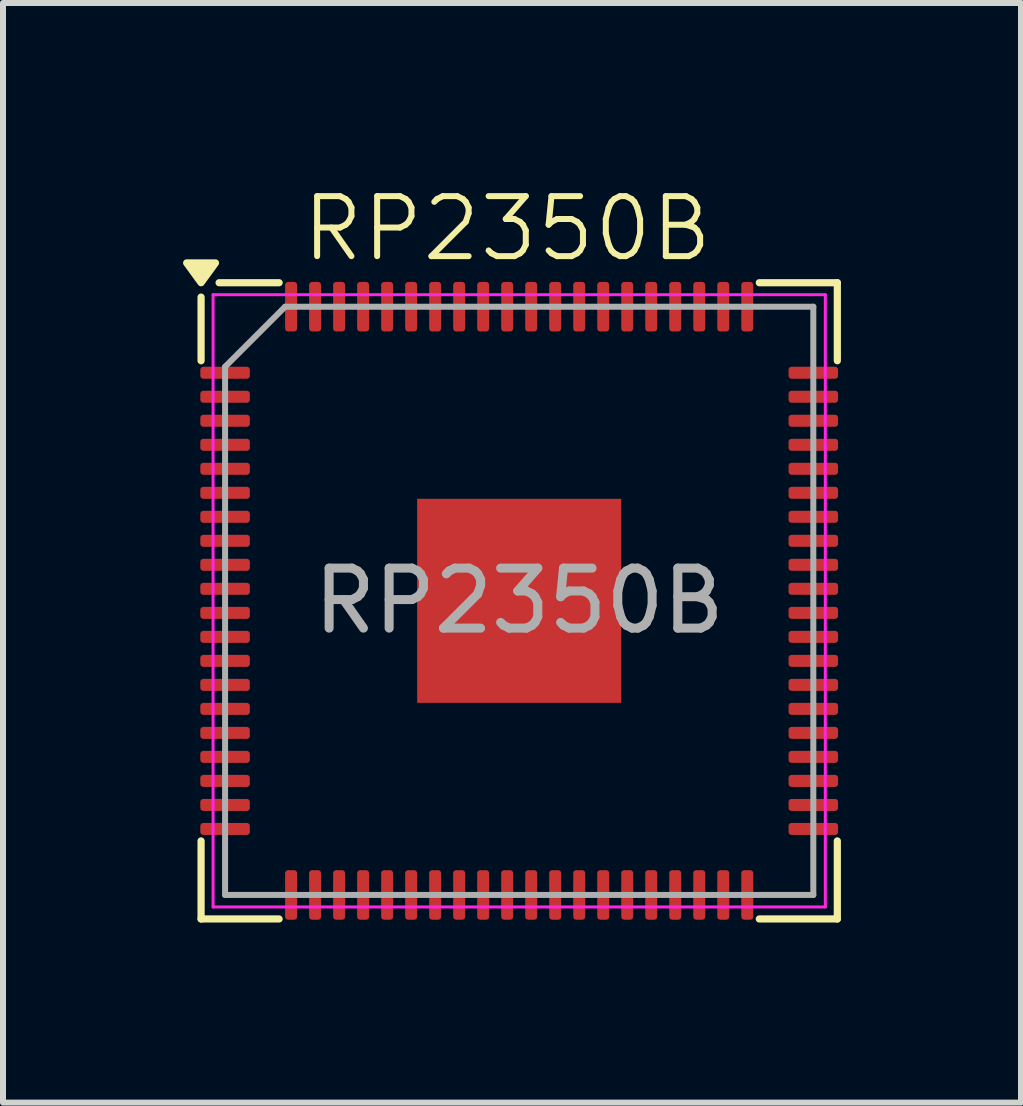
<source format=kicad_pcb>
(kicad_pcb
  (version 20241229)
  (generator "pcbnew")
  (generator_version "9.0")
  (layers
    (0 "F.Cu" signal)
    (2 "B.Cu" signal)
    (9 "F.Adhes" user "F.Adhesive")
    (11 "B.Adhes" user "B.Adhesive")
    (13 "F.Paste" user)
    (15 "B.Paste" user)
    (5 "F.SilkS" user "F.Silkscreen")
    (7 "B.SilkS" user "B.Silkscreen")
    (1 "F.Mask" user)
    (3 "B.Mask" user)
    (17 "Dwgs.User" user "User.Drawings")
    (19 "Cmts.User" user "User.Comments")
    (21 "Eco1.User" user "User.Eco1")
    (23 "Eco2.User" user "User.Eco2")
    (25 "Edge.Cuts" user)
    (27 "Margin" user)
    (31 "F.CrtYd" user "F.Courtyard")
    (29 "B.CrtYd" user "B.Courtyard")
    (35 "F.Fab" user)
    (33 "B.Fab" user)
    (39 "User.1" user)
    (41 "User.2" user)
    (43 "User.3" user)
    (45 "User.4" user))
  (footprint "RP2350B"
    (layer "F.Cu")
    (at 5.6 6.96)
    (property "Reference" "RP2350B" (at -0.2 -6.2 0) (unlocked yes) (layer "F.SilkS") (effects (font (size 1 1) (thickness 0.1))))
    (attr smd)
    (fp_line (start -5.3 -4) (end -5.3 -5.06) (stroke (width 0.12) (type solid)) (layer "F.SilkS"))
    (fp_line (start -5.3 5.3) (end -5.3 4) (stroke (width 0.12) (type solid)) (layer "F.SilkS"))
    (fp_line (start -4 -5.3) (end -5 -5.3) (stroke (width 0.12) (type solid)) (layer "F.SilkS"))
    (fp_line (start -4 5.3) (end -5.3 5.3) (stroke (width 0.12) (type solid)) (layer "F.SilkS"))
    (fp_line (start 4 -5.3) (end 5.3 -5.3) (stroke (width 0.12) (type solid)) (layer "F.SilkS"))
    (fp_line (start 4 5.3) (end 5.3 5.3) (stroke (width 0.12) (type solid)) (layer "F.SilkS"))
    (fp_line (start 5.3 -5.3) (end 5.3 -4) (stroke (width 0.12) (type solid)) (layer "F.SilkS"))
    (fp_line (start 5.3 5.3) (end 5.3 4) (stroke (width 0.12) (type solid)) (layer "F.SilkS"))
    (fp_poly (pts (xy -5.3 -5.3) (xy -5.54 -5.63) (xy -5.06 -5.63) (xy -5.3 -5.3)) (stroke (width 0.12) (type solid)) (fill yes) (layer "F.SilkS"))
    (fp_line (start -5.1 -5.1) (end -5.1 5.1) (stroke (width 0.05) (type solid)) (layer "F.CrtYd"))
    (fp_line (start -5.1 5.1) (end 5.1 5.1) (stroke (width 0.05) (type solid)) (layer "F.CrtYd"))
    (fp_line (start 5.1 -5.1) (end -5.1 -5.1) (stroke (width 0.05) (type solid)) (layer "F.CrtYd"))
    (fp_line (start 5.1 5.1) (end 5.1 -5.1) (stroke (width 0.05) (type solid)) (layer "F.CrtYd"))
    (fp_line (start -4.9 -3.9) (end -3.9 -4.9) (stroke (width 0.1) (type solid)) (layer "F.Fab"))
    (fp_line (start -4.9 4.9) (end -4.9 -3.9) (stroke (width 0.1) (type solid)) (layer "F.Fab"))
    (fp_line (start -3.9 -4.9) (end 4.9 -4.9) (stroke (width 0.1) (type solid)) (layer "F.Fab"))
    (fp_line (start 4.9 -4.9) (end 4.9 4.9) (stroke (width 0.1) (type solid)) (layer "F.Fab"))
    (fp_line (start 4.9 4.9) (end -4.9 4.9) (stroke (width 0.1) (type solid)) (layer "F.Fab"))
    (fp_text user "${REFERENCE}" (at 0 0 0) (layer "F.Fab") (effects (font (size 1 1) (thickness 0.15))))
    (pad "" smd roundrect (at -1.2 -1.2) (size 1.02 1.02) (layers "F.Paste") (roundrect_rratio 0.245))
    (pad "" smd roundrect (at -1.2 0) (size 0.91 0.91) (layers "F.Paste") (roundrect_rratio 0.245))
    (pad "" smd roundrect (at -1.2 1.2) (size 1.02 1.02) (layers "F.Paste") (roundrect_rratio 0.245))
    (pad "" smd roundrect (at 0 -1.2) (size 0.91 0.91) (layers "F.Paste") (roundrect_rratio 0.245))
    (pad "" smd roundrect (at 0 0) (size 0.91 0.91) (layers "F.Paste") (roundrect_rratio 0.245))
    (pad "" smd roundrect (at 0 1.2) (size 0.91 0.91) (layers "F.Paste") (roundrect_rratio 0.245))
    (pad "" smd roundrect (at 1.2 -1.2) (size 1.02 1.02) (layers "F.Paste") (roundrect_rratio 0.245))
    (pad "" smd roundrect (at 1.2 0) (size 0.91 0.91) (layers "F.Paste") (roundrect_rratio 0.245))
    (pad "" smd roundrect (at 1.2 1.2) (size 1.02 1.02) (layers "F.Paste") (roundrect_rratio 0.245))
    (pad "1" smd roundrect (at -4.9 -3.8) (size 0.825 0.2) (layers "F.Cu" "F.Mask" "F.Paste") (roundrect_rratio 0.25))
    (pad "2" smd roundrect (at -4.9 -3.4) (size 0.825 0.2) (layers "F.Cu" "F.Mask" "F.Paste") (roundrect_rratio 0.25))
    (pad "3" smd roundrect (at -4.9 -3) (size 0.825 0.2) (layers "F.Cu" "F.Mask" "F.Paste") (roundrect_rratio 0.25))
    (pad "4" smd roundrect (at -4.9 -2.6) (size 0.825 0.2) (layers "F.Cu" "F.Mask" "F.Paste") (roundrect_rratio 0.25))
    (pad "5" smd roundrect (at -4.9 -2.2) (size 0.825 0.2) (layers "F.Cu" "F.Mask" "F.Paste") (roundrect_rratio 0.25))
    (pad "6" smd roundrect (at -4.9 -1.8) (size 0.825 0.2) (layers "F.Cu" "F.Mask" "F.Paste") (roundrect_rratio 0.25))
    (pad "7" smd roundrect (at -4.9 -1.4) (size 0.825 0.2) (layers "F.Cu" "F.Mask" "F.Paste") (roundrect_rratio 0.25))
    (pad "8" smd roundrect (at -4.9 -1) (size 0.825 0.2) (layers "F.Cu" "F.Mask" "F.Paste") (roundrect_rratio 0.25))
    (pad "9" smd roundrect (at -4.9 -0.6) (size 0.825 0.2) (layers "F.Cu" "F.Mask" "F.Paste") (roundrect_rratio 0.25))
    (pad "10" smd roundrect (at -4.9 -0.2) (size 0.825 0.2) (layers "F.Cu" "F.Mask" "F.Paste") (roundrect_rratio 0.25))
    (pad "11" smd roundrect (at -4.9 0.2) (size 0.825 0.2) (layers "F.Cu" "F.Mask" "F.Paste") (roundrect_rratio 0.25))
    (pad "12" smd roundrect (at -4.9 0.6) (size 0.825 0.2) (layers "F.Cu" "F.Mask" "F.Paste") (roundrect_rratio 0.25))
    (pad "13" smd roundrect (at -4.9 1) (size 0.825 0.2) (layers "F.Cu" "F.Mask" "F.Paste") (roundrect_rratio 0.25))
    (pad "14" smd roundrect (at -4.9 1.4) (size 0.825 0.2) (layers "F.Cu" "F.Mask" "F.Paste") (roundrect_rratio 0.25))
    (pad "15" smd roundrect (at -4.9 1.8) (size 0.825 0.2) (layers "F.Cu" "F.Mask" "F.Paste") (roundrect_rratio 0.25))
    (pad "16" smd roundrect (at -4.9 2.2) (size 0.825 0.2) (layers "F.Cu" "F.Mask" "F.Paste") (roundrect_rratio 0.25))
    (pad "17" smd roundrect (at -4.9 2.6) (size 0.825 0.2) (layers "F.Cu" "F.Mask" "F.Paste") (roundrect_rratio 0.25))
    (pad "18" smd roundrect (at -4.9 3) (size 0.825 0.2) (layers "F.Cu" "F.Mask" "F.Paste") (roundrect_rratio 0.25))
    (pad "19" smd roundrect (at -4.9 3.4) (size 0.825 0.2) (layers "F.Cu" "F.Mask" "F.Paste") (roundrect_rratio 0.25))
    (pad "20" smd roundrect (at -4.9 3.8 90) (size 0.2 0.825) (layers "F.Cu" "F.Mask" "F.Paste") (roundrect_rratio 0.25))
    (pad "21" smd roundrect (at -3.8 4.9) (size 0.2 0.825) (layers "F.Cu" "F.Mask" "F.Paste") (roundrect_rratio 0.25))
    (pad "22" smd roundrect (at -3.4 4.9) (size 0.2 0.825) (layers "F.Cu" "F.Mask" "F.Paste") (roundrect_rratio 0.25))
    (pad "23" smd roundrect (at -3 4.9) (size 0.2 0.825) (layers "F.Cu" "F.Mask" "F.Paste") (roundrect_rratio 0.25))
    (pad "24" smd roundrect (at -2.6 4.9) (size 0.2 0.825) (layers "F.Cu" "F.Mask" "F.Paste") (roundrect_rratio 0.25))
    (pad "25" smd roundrect (at -2.2 4.9) (size 0.2 0.825) (layers "F.Cu" "F.Mask" "F.Paste") (roundrect_rratio 0.25))
    (pad "26" smd roundrect (at -1.8 4.9) (size 0.2 0.825) (layers "F.Cu" "F.Mask" "F.Paste") (roundrect_rratio 0.25))
    (pad "27" smd roundrect (at -1.4 4.9) (size 0.2 0.825) (layers "F.Cu" "F.Mask" "F.Paste") (roundrect_rratio 0.25))
    (pad "28" smd roundrect (at -1 4.9) (size 0.2 0.825) (layers "F.Cu" "F.Mask" "F.Paste") (roundrect_rratio 0.25))
    (pad "29" smd roundrect (at -0.6 4.9) (size 0.2 0.825) (layers "F.Cu" "F.Mask" "F.Paste") (roundrect_rratio 0.25))
    (pad "30" smd roundrect (at -0.2 4.9) (size 0.2 0.825) (layers "F.Cu" "F.Mask" "F.Paste") (roundrect_rratio 0.25))
    (pad "31" smd roundrect (at 0.2 4.9) (size 0.2 0.825) (layers "F.Cu" "F.Mask" "F.Paste") (roundrect_rratio 0.25))
    (pad "32" smd roundrect (at 0.6 4.9) (size 0.2 0.825) (layers "F.Cu" "F.Mask" "F.Paste") (roundrect_rratio 0.25))
    (pad "33" smd roundrect (at 1 4.9) (size 0.2 0.825) (layers "F.Cu" "F.Mask" "F.Paste") (roundrect_rratio 0.25))
    (pad "34" smd roundrect (at 1.4 4.9) (size 0.2 0.825) (layers "F.Cu" "F.Mask" "F.Paste") (roundrect_rratio 0.25))
    (pad "35" smd roundrect (at 1.8 4.9) (size 0.2 0.825) (layers "F.Cu" "F.Mask" "F.Paste") (roundrect_rratio 0.25))
    (pad "36" smd roundrect (at 2.2 4.9) (size 0.2 0.825) (layers "F.Cu" "F.Mask" "F.Paste") (roundrect_rratio 0.25))
    (pad "37" smd roundrect (at 2.6 4.9) (size 0.2 0.825) (layers "F.Cu" "F.Mask" "F.Paste") (roundrect_rratio 0.25))
    (pad "38" smd roundrect (at 3 4.9) (size 0.2 0.825) (layers "F.Cu" "F.Mask" "F.Paste") (roundrect_rratio 0.25))
    (pad "39" smd roundrect (at 3.4 4.9 270) (size 0.825 0.2) (layers "F.Cu" "F.Mask" "F.Paste") (roundrect_rratio 0.25))
    (pad "40" smd roundrect (at 3.8 4.9 270) (size 0.825 0.2) (layers "F.Cu" "F.Mask" "F.Paste") (roundrect_rratio 0.25))
    (pad "41" smd roundrect (at 4.9 3.8) (size 0.825 0.2) (layers "F.Cu" "F.Mask" "F.Paste") (roundrect_rratio 0.25))
    (pad "42" smd roundrect (at 4.9 3.4) (size 0.825 0.2) (layers "F.Cu" "F.Mask" "F.Paste") (roundrect_rratio 0.25))
    (pad "43" smd roundrect (at 4.9 3) (size 0.825 0.2) (layers "F.Cu" "F.Mask" "F.Paste") (roundrect_rratio 0.25))
    (pad "44" smd roundrect (at 4.9 2.6) (size 0.825 0.2) (layers "F.Cu" "F.Mask" "F.Paste") (roundrect_rratio 0.25))
    (pad "45" smd roundrect (at 4.9 2.2) (size 0.825 0.2) (layers "F.Cu" "F.Mask" "F.Paste") (roundrect_rratio 0.25))
    (pad "46" smd roundrect (at 4.9 1.8) (size 0.825 0.2) (layers "F.Cu" "F.Mask" "F.Paste") (roundrect_rratio 0.25))
    (pad "47" smd roundrect (at 4.9 1.4) (size 0.825 0.2) (layers "F.Cu" "F.Mask" "F.Paste") (roundrect_rratio 0.25))
    (pad "48" smd roundrect (at 4.9 1) (size 0.825 0.2) (layers "F.Cu" "F.Mask" "F.Paste") (roundrect_rratio 0.25))
    (pad "49" smd roundrect (at 4.9 0.6) (size 0.825 0.2) (layers "F.Cu" "F.Mask" "F.Paste") (roundrect_rratio 0.25))
    (pad "50" smd roundrect (at 4.9 0.2) (size 0.825 0.2) (layers "F.Cu" "F.Mask" "F.Paste") (roundrect_rratio 0.25))
    (pad "51" smd roundrect (at 4.9 -0.2) (size 0.825 0.2) (layers "F.Cu" "F.Mask" "F.Paste") (roundrect_rratio 0.25))
    (pad "52" smd roundrect (at 4.9 -0.6) (size 0.825 0.2) (layers "F.Cu" "F.Mask" "F.Paste") (roundrect_rratio 0.25))
    (pad "53" smd roundrect (at 4.9 -1) (size 0.825 0.2) (layers "F.Cu" "F.Mask" "F.Paste") (roundrect_rratio 0.25))
    (pad "54" smd roundrect (at 4.9 -1.4) (size 0.825 0.2) (layers "F.Cu" "F.Mask" "F.Paste") (roundrect_rratio 0.25))
    (pad "55" smd roundrect (at 4.9 -1.8) (size 0.825 0.2) (layers "F.Cu" "F.Mask" "F.Paste") (roundrect_rratio 0.25))
    (pad "56" smd roundrect (at 4.9 -2.2) (size 0.825 0.2) (layers "F.Cu" "F.Mask" "F.Paste") (roundrect_rratio 0.25))
    (pad "57" smd roundrect (at 4.9 -2.6) (size 0.825 0.2) (layers "F.Cu" "F.Mask" "F.Paste") (roundrect_rratio 0.25))
    (pad "58" smd roundrect (at 4.9 -3 270) (size 0.2 0.825) (layers "F.Cu" "F.Mask" "F.Paste") (roundrect_rratio 0.25))
    (pad "59" smd roundrect (at 4.9 -3.4 270) (size 0.2 0.825) (layers "F.Cu" "F.Mask" "F.Paste") (roundrect_rratio 0.25))
    (pad "60" smd roundrect (at 4.9 -3.8 270) (size 0.2 0.825) (layers "F.Cu" "F.Mask" "F.Paste") (roundrect_rratio 0.25))
    (pad "61" smd roundrect (at 3.8 -4.9) (size 0.2 0.825) (layers "F.Cu" "F.Mask" "F.Paste") (roundrect_rratio 0.25))
    (pad "62" smd roundrect (at 3.4 -4.9) (size 0.2 0.825) (layers "F.Cu" "F.Mask" "F.Paste") (roundrect_rratio 0.25))
    (pad "63" smd roundrect (at 3 -4.9) (size 0.2 0.825) (layers "F.Cu" "F.Mask" "F.Paste") (roundrect_rratio 0.25))
    (pad "64" smd roundrect (at 2.6 -4.9) (size 0.2 0.825) (layers "F.Cu" "F.Mask" "F.Paste") (roundrect_rratio 0.25))
    (pad "65" smd roundrect (at 2.2 -4.9) (size 0.2 0.825) (layers "F.Cu" "F.Mask" "F.Paste") (roundrect_rratio 0.25))
    (pad "66" smd roundrect (at 1.8 -4.9) (size 0.2 0.825) (layers "F.Cu" "F.Mask" "F.Paste") (roundrect_rratio 0.25))
    (pad "67" smd roundrect (at 1.4 -4.9) (size 0.2 0.825) (layers "F.Cu" "F.Mask" "F.Paste") (roundrect_rratio 0.25))
    (pad "68" smd roundrect (at 1 -4.9) (size 0.2 0.825) (layers "F.Cu" "F.Mask" "F.Paste") (roundrect_rratio 0.25))
    (pad "69" smd roundrect (at 0.6 -4.9) (size 0.2 0.825) (layers "F.Cu" "F.Mask" "F.Paste") (roundrect_rratio 0.25))
    (pad "70" smd roundrect (at 0.2 -4.9) (size 0.2 0.825) (layers "F.Cu" "F.Mask" "F.Paste") (roundrect_rratio 0.25))
    (pad "71" smd roundrect (at -0.2 -4.9) (size 0.2 0.825) (layers "F.Cu" "F.Mask" "F.Paste") (roundrect_rratio 0.25))
    (pad "72" smd roundrect (at -0.6 -4.9) (size 0.2 0.825) (layers "F.Cu" "F.Mask" "F.Paste") (roundrect_rratio 0.25))
    (pad "73" smd roundrect (at -1 -4.9) (size 0.2 0.825) (layers "F.Cu" "F.Mask" "F.Paste") (roundrect_rratio 0.25))
    (pad "74" smd roundrect (at -1.4 -4.9) (size 0.2 0.825) (layers "F.Cu" "F.Mask" "F.Paste") (roundrect_rratio 0.25))
    (pad "75" smd roundrect (at -1.8 -4.9) (size 0.2 0.825) (layers "F.Cu" "F.Mask" "F.Paste") (roundrect_rratio 0.25))
    (pad "76" smd roundrect (at -2.2 -4.9) (size 0.2 0.825) (layers "F.Cu" "F.Mask" "F.Paste") (roundrect_rratio 0.25))
    (pad "77" smd roundrect (at -2.6 -4.9) (size 0.2 0.825) (layers "F.Cu" "F.Mask" "F.Paste") (roundrect_rratio 0.25))
    (pad "77" smd rect (at 0 0) (size 3.4 3.4) (property pad_prop_heatsink) (layers "F.Cu" "F.Mask"))
    (pad "78" smd roundrect (at -3 -4.9) (size 0.2 0.825) (layers "F.Cu" "F.Mask" "F.Paste") (roundrect_rratio 0.25))
    (pad "79" smd roundrect (at -3.4 -4.9) (size 0.2 0.825) (layers "F.Cu" "F.Mask" "F.Paste") (roundrect_rratio 0.25))
    (pad "80" smd roundrect (at -3.8 -4.9) (size 0.2 0.825) (layers "F.Cu" "F.Mask" "F.Paste") (roundrect_rratio 0.25)))
  (gr_rect
    (start -3 -3)
    (end 13.96 15.32)
    (stroke (width 0.1) (type default))
    (fill no)
    (layer "Edge.Cuts")))
</source>
